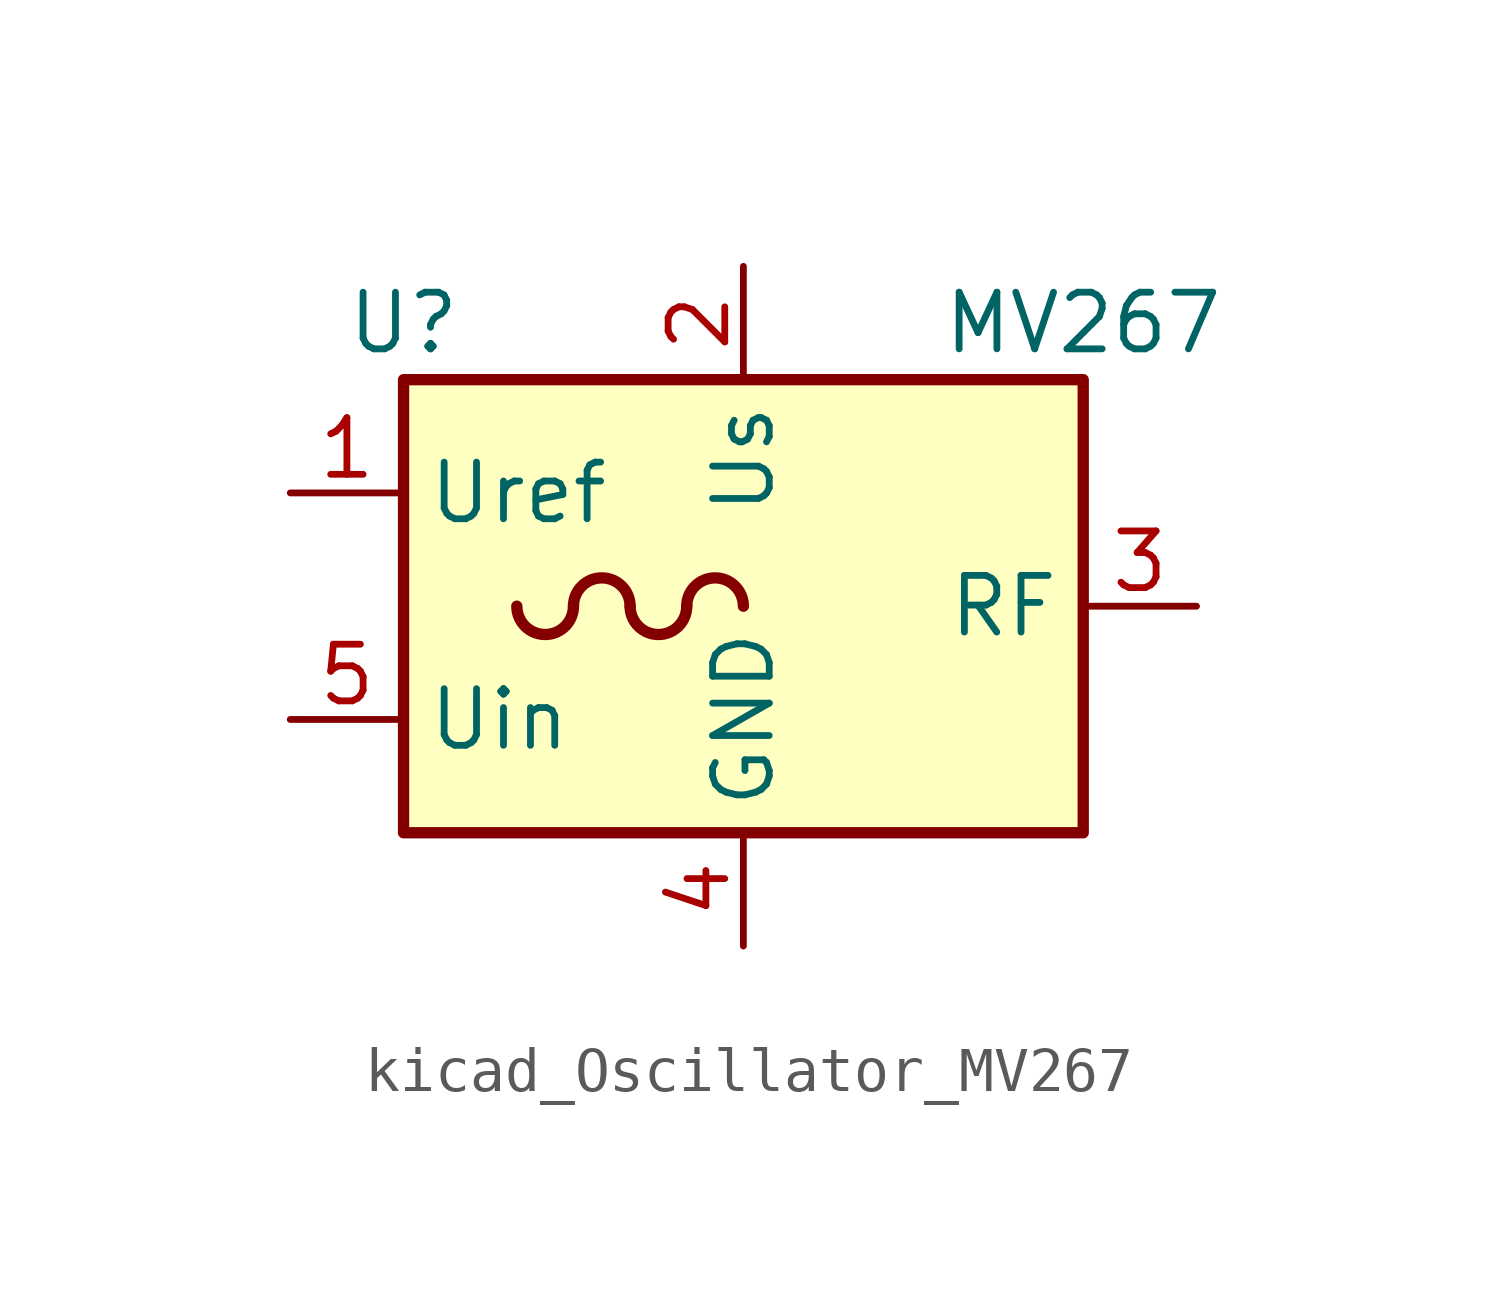
<source format=kicad_sym>
(kicad_symbol_lib
  (version 20220914)
  (generator kicad_symbol_editor)
  (symbol "kicad_Oscillator_MV267"
    (property "Reference" "U"
      (at -7.62 6.35 0)
      (effects (font (size 1.27 1.27))))
    (property "Value" "MV267"
      (at 7.62 6.35 0)
      (effects (font (size 1.27 1.27))))
    (symbol "kicad_Oscillator_MV267_0_1"
      (rectangle (start -7.62 5.08) (end 7.62 -5.08) (stroke (width 0.254) (type default)) (fill (type background)))
      (arc (start -5.08 0) (mid -4.445 -0.6323) (end -3.81 0) (stroke (width 0.254) (type default)) (fill (type none)))
      (arc (start -2.54 0) (mid -3.175 0.6323) (end -3.81 0) (stroke (width 0.254) (type default)) (fill (type none)))
      (arc (start -2.54 0) (mid -1.905 -0.6323) (end -1.27 0) (stroke (width 0.254) (type default)) (fill (type none)))
      (arc (start 0 0) (mid -0.635 0.6323) (end -1.27 0) (stroke (width 0.254) (type default)) (fill (type none))))
    (symbol "kicad_Oscillator_MV267_1_1"
      (pin output line (at -10.16 2.54 0) (length 2.54) (name "Uref" (effects (font (size 1.27 1.27)))) (number "1" (effects (font (size 1.27 1.27)))))
      (pin power_in line (at 0 7.62 270) (length 2.54) (name "Us" (effects (font (size 1.27 1.27)))) (number "2" (effects (font (size 1.27 1.27)))))
      (pin output line (at 10.16 0 180) (length 2.54) (name "RF" (effects (font (size 1.27 1.27)))) (number "3" (effects (font (size 1.27 1.27)))))
      (pin power_in line (at 0 -7.62 90) (length 2.54) (name "GND" (effects (font (size 1.27 1.27)))) (number "4" (effects (font (size 1.27 1.27)))))
      (pin input line (at -10.16 -2.54 0) (length 2.54) (name "Uin" (effects (font (size 1.27 1.27)))) (number "5" (effects (font (size 1.27 1.27))))))))
</source>
